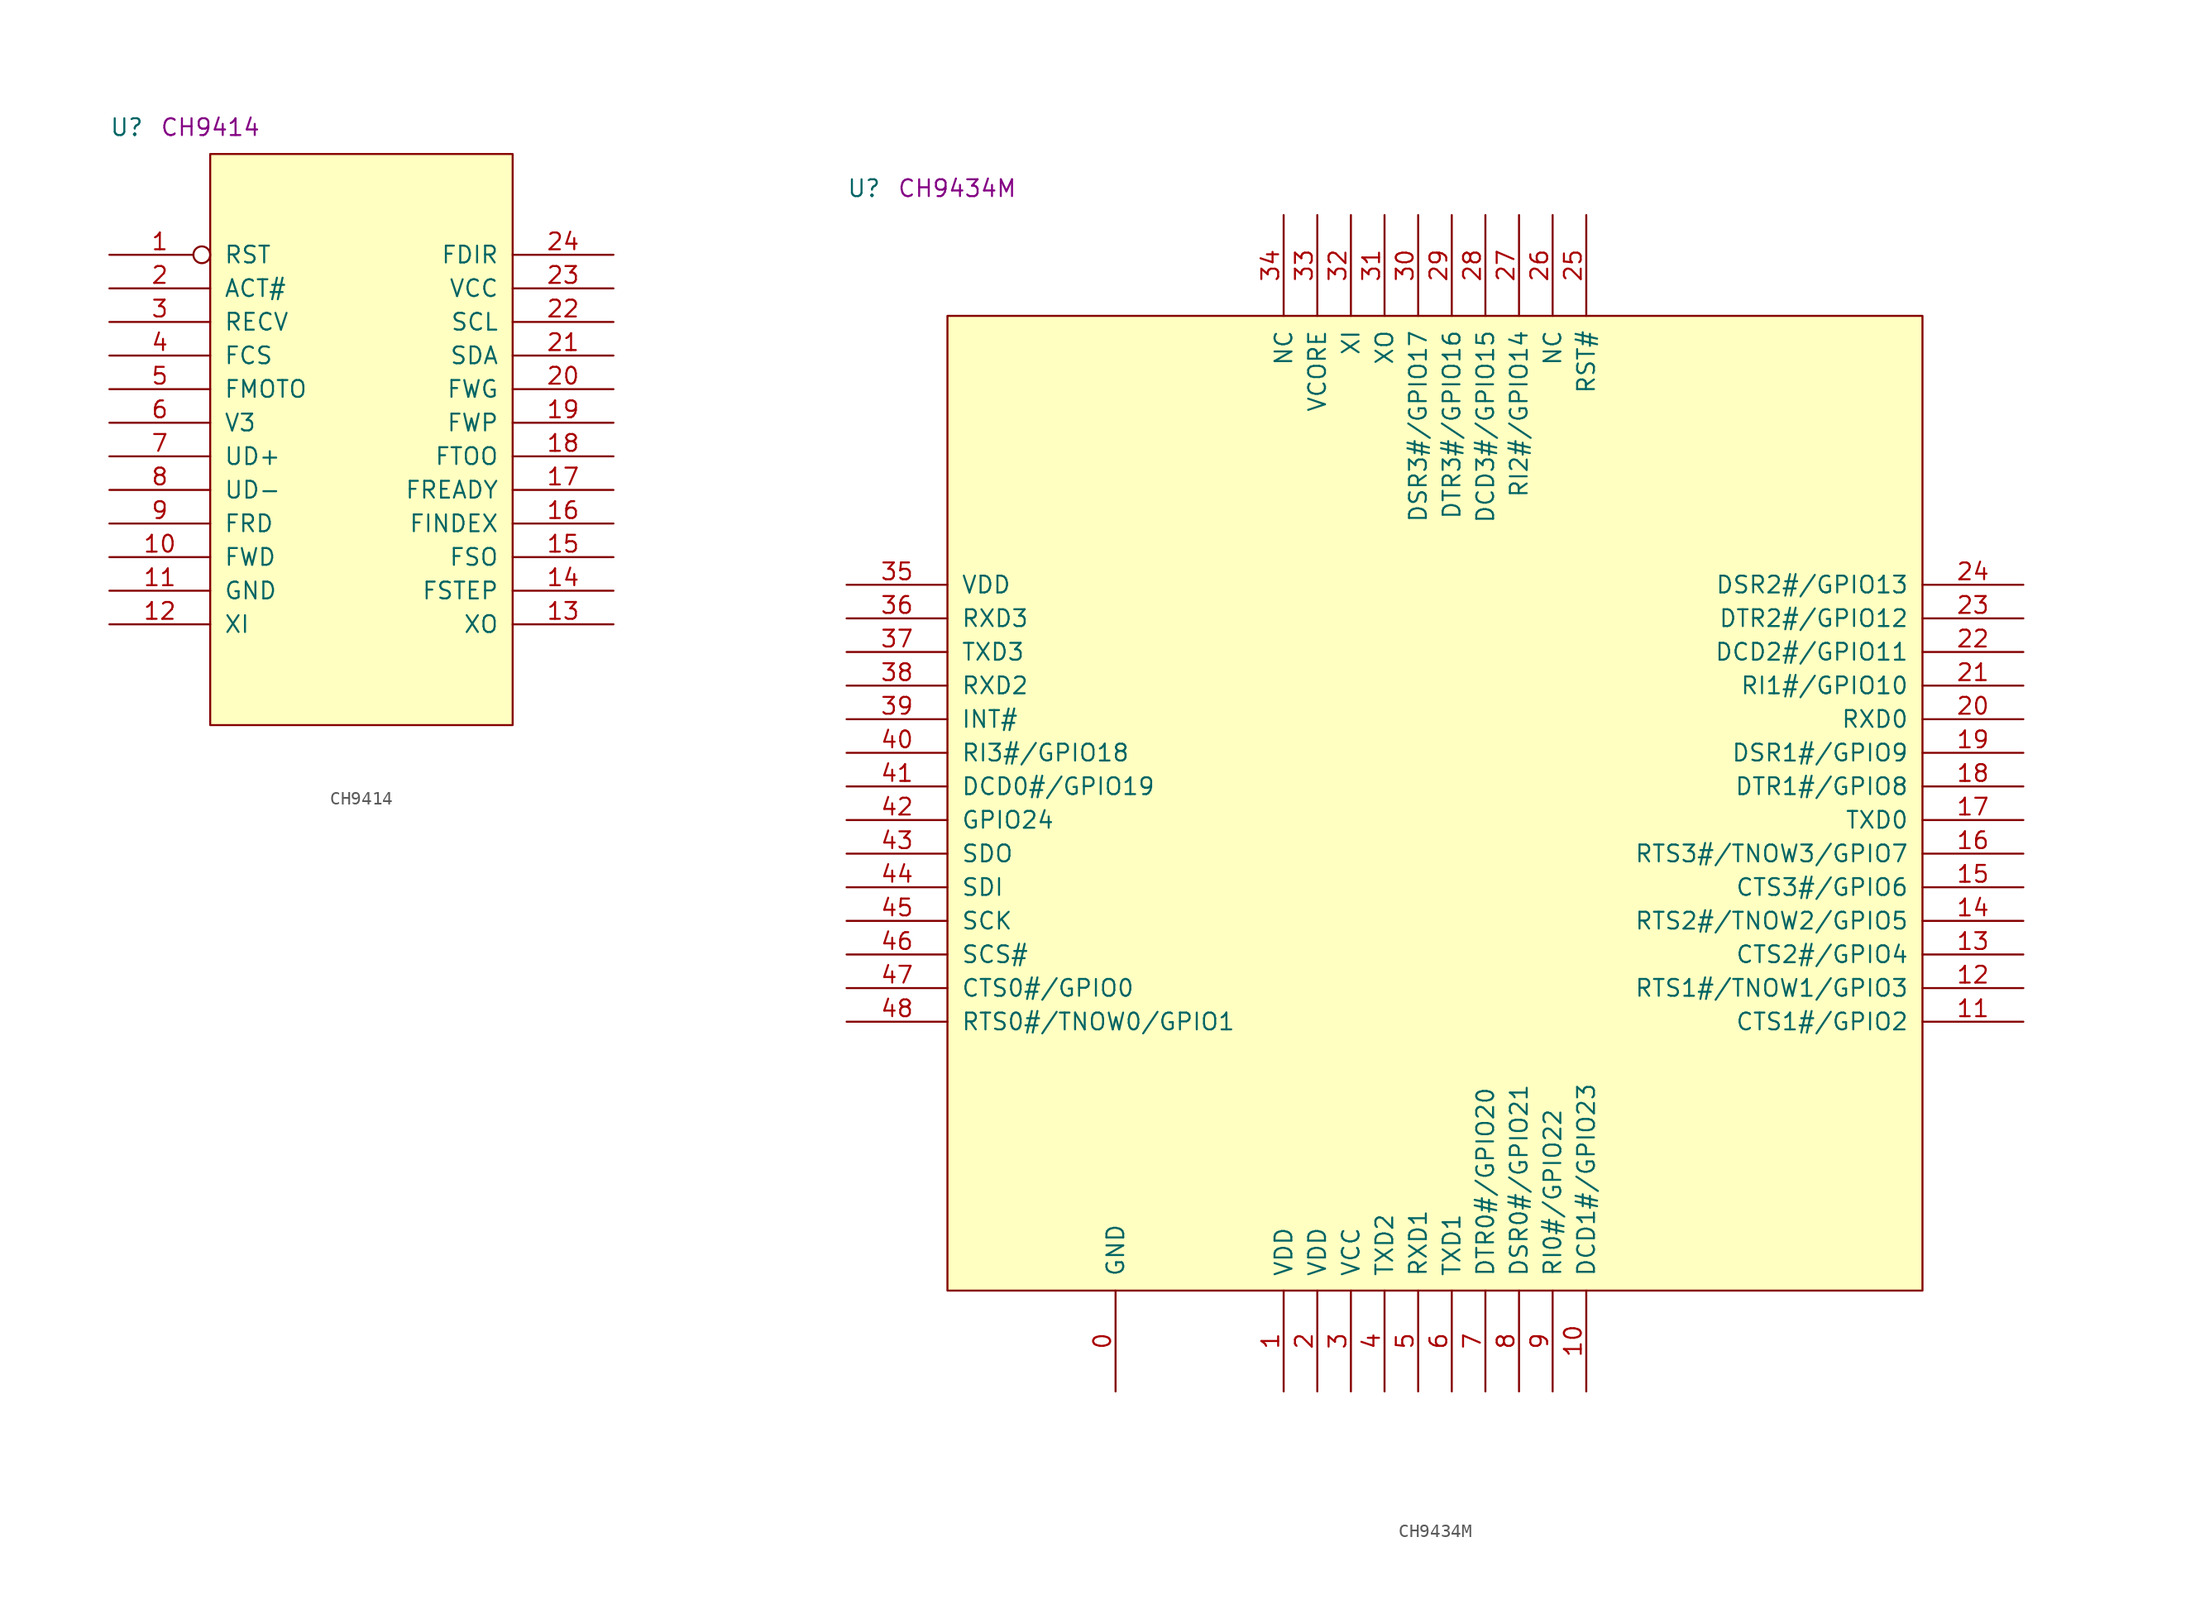
<source format=kicad_sym>
(kicad_symbol_lib
  (version 20211014)
  (generator kicad_symbol_editor)
  (symbol "CH9414"
    (pin_names
      (offset 1.016))
    (property "Reference" "U"
      (at -7.62 1.27 0)
      (effects (font (size 1.27 1.27)) (justify left bottom)))
    (property "Comment" "CH9414"
      (at -3.81 1.27 0)
      (effects (font (size 1.27 1.27)) (justify left bottom)))
    (symbol "CH9414_1_1"
      (rectangle (start 0 -43.18) (end 22.86 0) (stroke (width 0) (type default) (color 0 0 0 0)) (fill (type background)))
      (pin input inverted (at -7.62 -7.62 0) (length 7.62) (name "RST" (effects (font (size 1.27 1.27)))) (number "1" (effects (font (size 1.27 1.27)))))
      (pin bidirectional line (at -7.62 -30.48 0) (length 7.62) (name "FWD" (effects (font (size 1.27 1.27)))) (number "10" (effects (font (size 1.27 1.27)))))
      (pin power_in line (at -7.62 -33.02 0) (length 7.62) (name "GND" (effects (font (size 1.27 1.27)))) (number "11" (effects (font (size 1.27 1.27)))))
      (pin input line (at -7.62 -35.56 0) (length 7.62) (name "XI" (effects (font (size 1.27 1.27)))) (number "12" (effects (font (size 1.27 1.27)))))
      (pin output line (at 30.48 -35.56 180) (length 7.62) (name "XO" (effects (font (size 1.27 1.27)))) (number "13" (effects (font (size 1.27 1.27)))))
      (pin bidirectional line (at 30.48 -33.02 180) (length 7.62) (name "FSTEP" (effects (font (size 1.27 1.27)))) (number "14" (effects (font (size 1.27 1.27)))))
      (pin bidirectional line (at 30.48 -30.48 180) (length 7.62) (name "FSO" (effects (font (size 1.27 1.27)))) (number "15" (effects (font (size 1.27 1.27)))))
      (pin bidirectional line (at 30.48 -27.94 180) (length 7.62) (name "FINDEX" (effects (font (size 1.27 1.27)))) (number "16" (effects (font (size 1.27 1.27)))))
      (pin bidirectional line (at 30.48 -25.4 180) (length 7.62) (name "FREADY" (effects (font (size 1.27 1.27)))) (number "17" (effects (font (size 1.27 1.27)))))
      (pin bidirectional line (at 30.48 -22.86 180) (length 7.62) (name "FTOO" (effects (font (size 1.27 1.27)))) (number "18" (effects (font (size 1.27 1.27)))))
      (pin bidirectional line (at 30.48 -20.32 180) (length 7.62) (name "FWP" (effects (font (size 1.27 1.27)))) (number "19" (effects (font (size 1.27 1.27)))))
      (pin bidirectional line (at -7.62 -10.16 0) (length 7.62) (name "ACT#" (effects (font (size 1.27 1.27)))) (number "2" (effects (font (size 1.27 1.27)))))
      (pin bidirectional line (at 30.48 -17.78 180) (length 7.62) (name "FWG" (effects (font (size 1.27 1.27)))) (number "20" (effects (font (size 1.27 1.27)))))
      (pin bidirectional line (at 30.48 -15.24 180) (length 7.62) (name "SDA" (effects (font (size 1.27 1.27)))) (number "21" (effects (font (size 1.27 1.27)))))
      (pin output line (at 30.48 -12.7 180) (length 7.62) (name "SCL" (effects (font (size 1.27 1.27)))) (number "22" (effects (font (size 1.27 1.27)))))
      (pin power_in line (at 30.48 -10.16 180) (length 7.62) (name "VCC" (effects (font (size 1.27 1.27)))) (number "23" (effects (font (size 1.27 1.27)))))
      (pin bidirectional line (at 30.48 -7.62 180) (length 7.62) (name "FDIR" (effects (font (size 1.27 1.27)))) (number "24" (effects (font (size 1.27 1.27)))))
      (pin bidirectional line (at -7.62 -12.7 0) (length 7.62) (name "RECV" (effects (font (size 1.27 1.27)))) (number "3" (effects (font (size 1.27 1.27)))))
      (pin bidirectional line (at -7.62 -15.24 0) (length 7.62) (name "FCS" (effects (font (size 1.27 1.27)))) (number "4" (effects (font (size 1.27 1.27)))))
      (pin bidirectional line (at -7.62 -17.78 0) (length 7.62) (name "FMOTO" (effects (font (size 1.27 1.27)))) (number "5" (effects (font (size 1.27 1.27)))))
      (pin power_in line (at -7.62 -20.32 0) (length 7.62) (name "V3" (effects (font (size 1.27 1.27)))) (number "6" (effects (font (size 1.27 1.27)))))
      (pin bidirectional line (at -7.62 -22.86 0) (length 7.62) (name "UD+" (effects (font (size 1.27 1.27)))) (number "7" (effects (font (size 1.27 1.27)))))
      (pin bidirectional line (at -7.62 -25.4 0) (length 7.62) (name "UD-" (effects (font (size 1.27 1.27)))) (number "8" (effects (font (size 1.27 1.27)))))
      (pin bidirectional line (at -7.62 -27.94 0) (length 7.62) (name "FRD" (effects (font (size 1.27 1.27)))) (number "9" (effects (font (size 1.27 1.27)))))))
  (symbol "CH9434M"
    (pin_names
      (offset 1.016))
    (property "Reference" "U"
      (at -7.62 8.89 0)
      (effects (font (size 1.27 1.27)) (justify left bottom)))
    (property "Comment" "CH9434M"
      (at -3.81 8.89 0)
      (effects (font (size 1.27 1.27)) (justify left bottom)))
    (symbol "CH9434M_1_1"
      (rectangle (start 0 -73.66) (end 73.66 0) (stroke (width 0) (type default) (color 0 0 0 0)) (fill (type background)))
      (pin power_in line (at 12.7 -81.28 90) (length 7.62) (name "GND" (effects (font (size 1.27 1.27)))) (number "0" (effects (font (size 1.27 1.27)))))
      (pin power_in line (at 25.4 -81.28 90) (length 7.62) (name "VDD" (effects (font (size 1.27 1.27)))) (number "1" (effects (font (size 1.27 1.27)))))
      (pin bidirectional line (at 48.26 -81.28 90) (length 7.62) (name "DCD1#/GPIO23" (effects (font (size 1.27 1.27)))) (number "10" (effects (font (size 1.27 1.27)))))
      (pin bidirectional line (at 81.28 -53.34 180) (length 7.62) (name "CTS1#/GPIO2" (effects (font (size 1.27 1.27)))) (number "11" (effects (font (size 1.27 1.27)))))
      (pin bidirectional line (at 81.28 -50.8 180) (length 7.62) (name "RTS1#/TNOW1/GPIO3" (effects (font (size 1.27 1.27)))) (number "12" (effects (font (size 1.27 1.27)))))
      (pin bidirectional line (at 81.28 -48.26 180) (length 7.62) (name "CTS2#/GPIO4" (effects (font (size 1.27 1.27)))) (number "13" (effects (font (size 1.27 1.27)))))
      (pin bidirectional line (at 81.28 -45.72 180) (length 7.62) (name "RTS2#/TNOW2/GPIO5" (effects (font (size 1.27 1.27)))) (number "14" (effects (font (size 1.27 1.27)))))
      (pin bidirectional line (at 81.28 -43.18 180) (length 7.62) (name "CTS3#/GPIO6" (effects (font (size 1.27 1.27)))) (number "15" (effects (font (size 1.27 1.27)))))
      (pin bidirectional line (at 81.28 -40.64 180) (length 7.62) (name "RTS3#/TNOW3/GPIO7" (effects (font (size 1.27 1.27)))) (number "16" (effects (font (size 1.27 1.27)))))
      (pin output line (at 81.28 -38.1 180) (length 7.62) (name "TXD0" (effects (font (size 1.27 1.27)))) (number "17" (effects (font (size 1.27 1.27)))))
      (pin bidirectional line (at 81.28 -35.56 180) (length 7.62) (name "DTR1#/GPIO8" (effects (font (size 1.27 1.27)))) (number "18" (effects (font (size 1.27 1.27)))))
      (pin bidirectional line (at 81.28 -33.02 180) (length 7.62) (name "DSR1#/GPIO9" (effects (font (size 1.27 1.27)))) (number "19" (effects (font (size 1.27 1.27)))))
      (pin power_in line (at 27.94 -81.28 90) (length 7.62) (name "VDD" (effects (font (size 1.27 1.27)))) (number "2" (effects (font (size 1.27 1.27)))))
      (pin input line (at 81.28 -30.48 180) (length 7.62) (name "RXD0" (effects (font (size 1.27 1.27)))) (number "20" (effects (font (size 1.27 1.27)))))
      (pin bidirectional line (at 81.28 -27.94 180) (length 7.62) (name "RI1#/GPIO10" (effects (font (size 1.27 1.27)))) (number "21" (effects (font (size 1.27 1.27)))))
      (pin bidirectional line (at 81.28 -25.4 180) (length 7.62) (name "DCD2#/GPIO11" (effects (font (size 1.27 1.27)))) (number "22" (effects (font (size 1.27 1.27)))))
      (pin bidirectional line (at 81.28 -22.86 180) (length 7.62) (name "DTR2#/GPIO12" (effects (font (size 1.27 1.27)))) (number "23" (effects (font (size 1.27 1.27)))))
      (pin bidirectional line (at 81.28 -20.32 180) (length 7.62) (name "DSR2#/GPIO13" (effects (font (size 1.27 1.27)))) (number "24" (effects (font (size 1.27 1.27)))))
      (pin input line (at 48.26 7.62 270) (length 7.62) (name "RST#" (effects (font (size 1.27 1.27)))) (number "25" (effects (font (size 1.27 1.27)))))
      (pin passive line (at 45.72 7.62 270) (length 7.62) (name "NC" (effects (font (size 1.27 1.27)))) (number "26" (effects (font (size 1.27 1.27)))))
      (pin bidirectional line (at 43.18 7.62 270) (length 7.62) (name "RI2#/GPIO14" (effects (font (size 1.27 1.27)))) (number "27" (effects (font (size 1.27 1.27)))))
      (pin bidirectional line (at 40.64 7.62 270) (length 7.62) (name "DCD3#/GPIO15" (effects (font (size 1.27 1.27)))) (number "28" (effects (font (size 1.27 1.27)))))
      (pin bidirectional line (at 38.1 7.62 270) (length 7.62) (name "DTR3#/GPIO16" (effects (font (size 1.27 1.27)))) (number "29" (effects (font (size 1.27 1.27)))))
      (pin power_in line (at 30.48 -81.28 90) (length 7.62) (name "VCC" (effects (font (size 1.27 1.27)))) (number "3" (effects (font (size 1.27 1.27)))))
      (pin bidirectional line (at 35.56 7.62 270) (length 7.62) (name "DSR3#/GPIO17" (effects (font (size 1.27 1.27)))) (number "30" (effects (font (size 1.27 1.27)))))
      (pin output line (at 33.02 7.62 270) (length 7.62) (name "XO" (effects (font (size 1.27 1.27)))) (number "31" (effects (font (size 1.27 1.27)))))
      (pin input line (at 30.48 7.62 270) (length 7.62) (name "XI" (effects (font (size 1.27 1.27)))) (number "32" (effects (font (size 1.27 1.27)))))
      (pin power_in line (at 27.94 7.62 270) (length 7.62) (name "VCORE" (effects (font (size 1.27 1.27)))) (number "33" (effects (font (size 1.27 1.27)))))
      (pin passive line (at 25.4 7.62 270) (length 7.62) (name "NC" (effects (font (size 1.27 1.27)))) (number "34" (effects (font (size 1.27 1.27)))))
      (pin power_in line (at -7.62 -20.32 0) (length 7.62) (name "VDD" (effects (font (size 1.27 1.27)))) (number "35" (effects (font (size 1.27 1.27)))))
      (pin input line (at -7.62 -22.86 0) (length 7.62) (name "RXD3" (effects (font (size 1.27 1.27)))) (number "36" (effects (font (size 1.27 1.27)))))
      (pin output line (at -7.62 -25.4 0) (length 7.62) (name "TXD3" (effects (font (size 1.27 1.27)))) (number "37" (effects (font (size 1.27 1.27)))))
      (pin input line (at -7.62 -27.94 0) (length 7.62) (name "RXD2" (effects (font (size 1.27 1.27)))) (number "38" (effects (font (size 1.27 1.27)))))
      (pin output line (at -7.62 -30.48 0) (length 7.62) (name "INT#" (effects (font (size 1.27 1.27)))) (number "39" (effects (font (size 1.27 1.27)))))
      (pin output line (at 33.02 -81.28 90) (length 7.62) (name "TXD2" (effects (font (size 1.27 1.27)))) (number "4" (effects (font (size 1.27 1.27)))))
      (pin bidirectional line (at -7.62 -33.02 0) (length 7.62) (name "RI3#/GPIO18" (effects (font (size 1.27 1.27)))) (number "40" (effects (font (size 1.27 1.27)))))
      (pin bidirectional line (at -7.62 -35.56 0) (length 7.62) (name "DCD0#/GPIO19" (effects (font (size 1.27 1.27)))) (number "41" (effects (font (size 1.27 1.27)))))
      (pin bidirectional line (at -7.62 -38.1 0) (length 7.62) (name "GPIO24" (effects (font (size 1.27 1.27)))) (number "42" (effects (font (size 1.27 1.27)))))
      (pin output line (at -7.62 -40.64 0) (length 7.62) (name "SDO" (effects (font (size 1.27 1.27)))) (number "43" (effects (font (size 1.27 1.27)))))
      (pin input line (at -7.62 -43.18 0) (length 7.62) (name "SDI" (effects (font (size 1.27 1.27)))) (number "44" (effects (font (size 1.27 1.27)))))
      (pin input line (at -7.62 -45.72 0) (length 7.62) (name "SCK" (effects (font (size 1.27 1.27)))) (number "45" (effects (font (size 1.27 1.27)))))
      (pin input line (at -7.62 -48.26 0) (length 7.62) (name "SCS#" (effects (font (size 1.27 1.27)))) (number "46" (effects (font (size 1.27 1.27)))))
      (pin bidirectional line (at -7.62 -50.8 0) (length 7.62) (name "CTS0#/GPIO0" (effects (font (size 1.27 1.27)))) (number "47" (effects (font (size 1.27 1.27)))))
      (pin bidirectional line (at -7.62 -53.34 0) (length 7.62) (name "RTS0#/TNOW0/GPIO1" (effects (font (size 1.27 1.27)))) (number "48" (effects (font (size 1.27 1.27)))))
      (pin input line (at 35.56 -81.28 90) (length 7.62) (name "RXD1" (effects (font (size 1.27 1.27)))) (number "5" (effects (font (size 1.27 1.27)))))
      (pin output line (at 38.1 -81.28 90) (length 7.62) (name "TXD1" (effects (font (size 1.27 1.27)))) (number "6" (effects (font (size 1.27 1.27)))))
      (pin bidirectional line (at 40.64 -81.28 90) (length 7.62) (name "DTR0#/GPIO20" (effects (font (size 1.27 1.27)))) (number "7" (effects (font (size 1.27 1.27)))))
      (pin bidirectional line (at 43.18 -81.28 90) (length 7.62) (name "DSR0#/GPIO21" (effects (font (size 1.27 1.27)))) (number "8" (effects (font (size 1.27 1.27)))))
      (pin bidirectional line (at 45.72 -81.28 90) (length 7.62) (name "RI0#/GPIO22" (effects (font (size 1.27 1.27)))) (number "9" (effects (font (size 1.27 1.27))))))))
</source>
